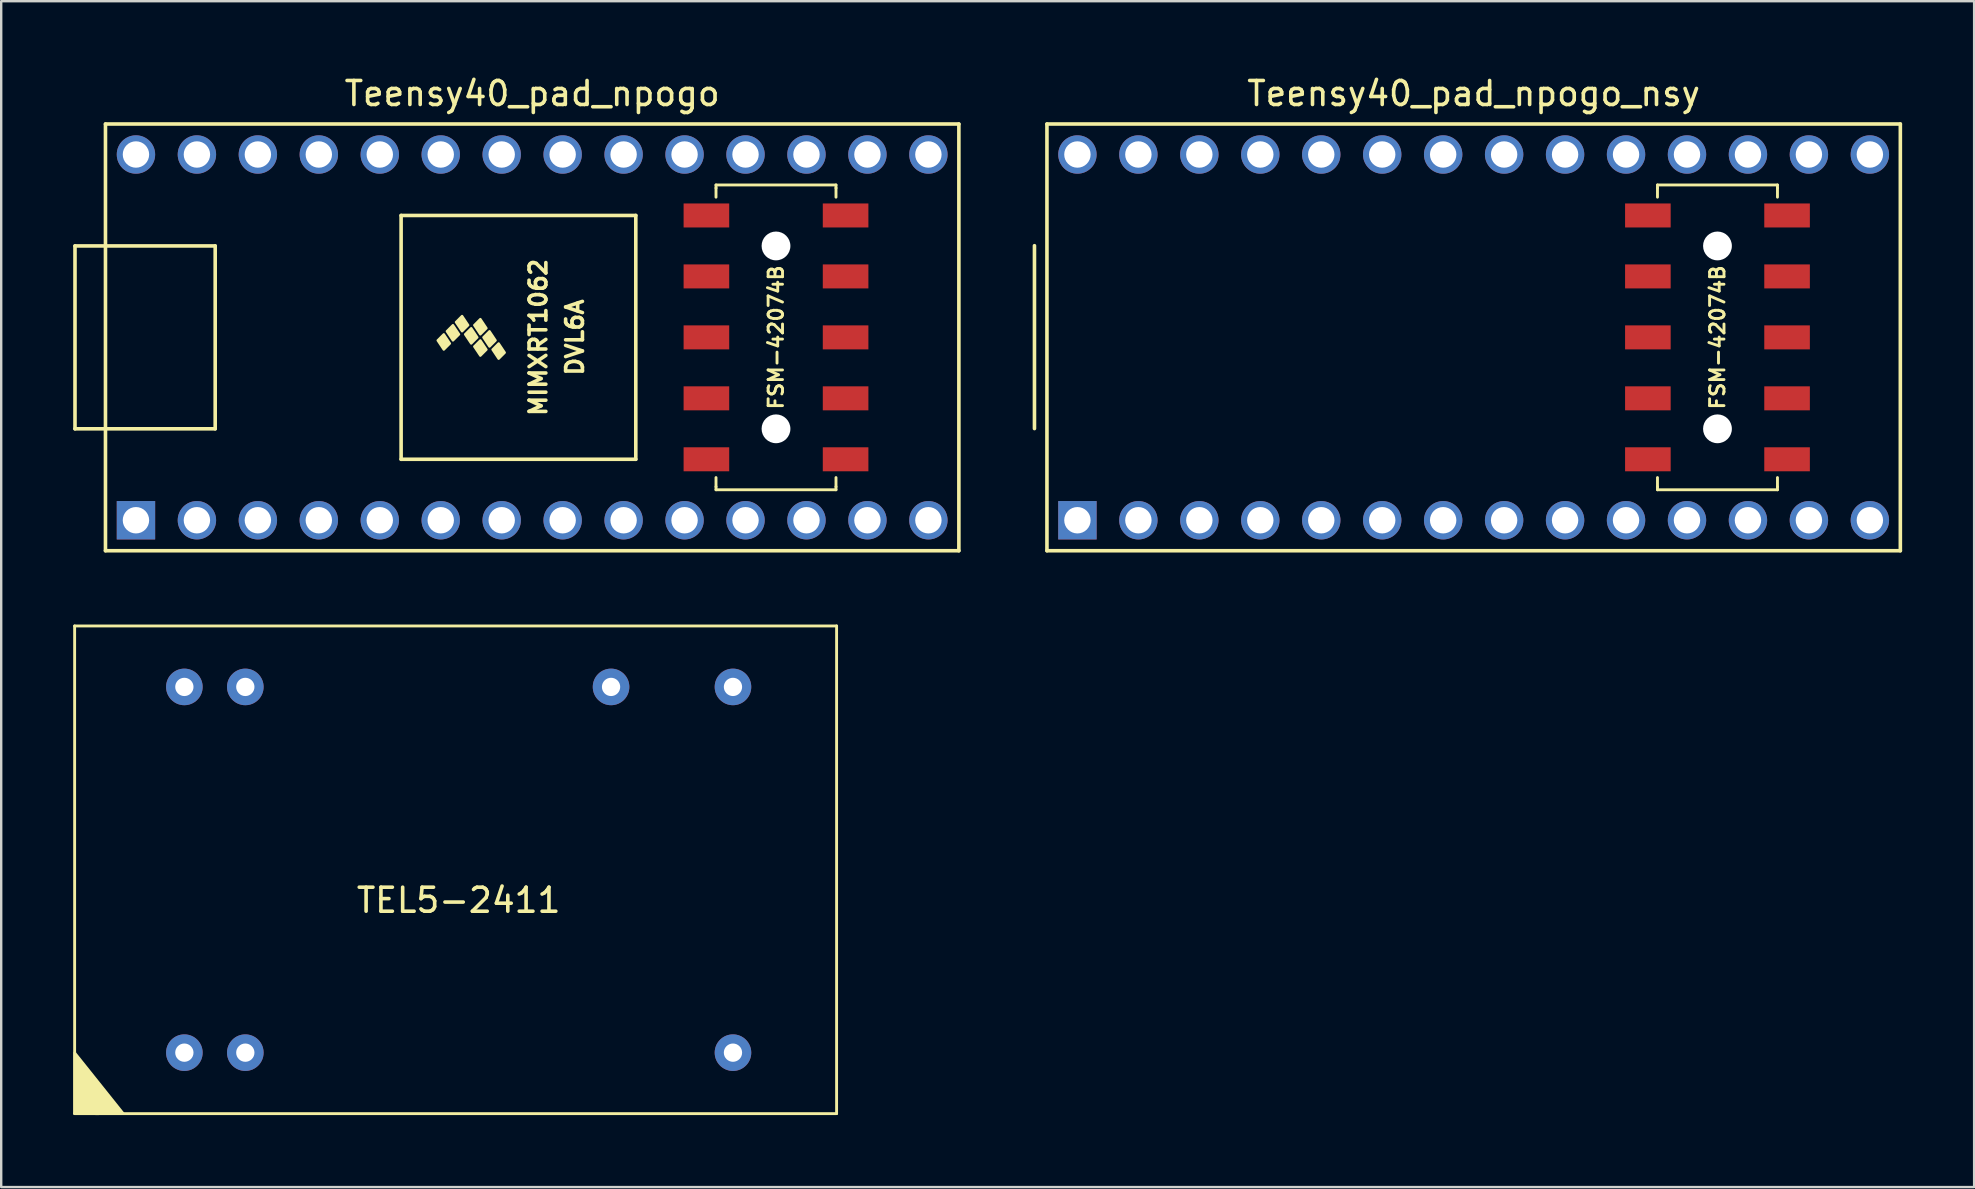
<source format=kicad_pcb>
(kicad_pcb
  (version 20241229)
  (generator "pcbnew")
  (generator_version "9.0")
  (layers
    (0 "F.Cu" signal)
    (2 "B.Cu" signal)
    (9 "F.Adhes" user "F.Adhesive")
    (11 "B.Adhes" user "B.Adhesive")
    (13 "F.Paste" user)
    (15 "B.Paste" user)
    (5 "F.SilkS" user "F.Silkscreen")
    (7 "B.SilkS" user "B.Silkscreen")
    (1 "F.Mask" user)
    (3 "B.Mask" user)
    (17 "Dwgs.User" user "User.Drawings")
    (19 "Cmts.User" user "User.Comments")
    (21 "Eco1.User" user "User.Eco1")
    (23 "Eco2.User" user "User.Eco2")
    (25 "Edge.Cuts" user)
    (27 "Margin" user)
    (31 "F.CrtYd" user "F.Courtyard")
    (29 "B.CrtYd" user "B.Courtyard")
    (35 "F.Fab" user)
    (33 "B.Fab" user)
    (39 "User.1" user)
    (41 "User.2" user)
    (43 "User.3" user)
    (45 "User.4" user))
  (footprint "TEL5-2411"
    (layer "F.Cu")
    (at 16.062 33.193)
    (property "Reference" "TEL5-2411" (at 0 1.27 0) (layer "F.SilkS") (effects (font (size 1 1) (thickness 0.15))))
    (attr through_hole)
    (fp_line (start -16.002 10.16) (end -16.002 -10.16) (stroke (width 0.12) (type solid)) (layer "F.SilkS"))
    (fp_line (start -16.002 10.16) (end 15.748 10.16) (stroke (width 0.12) (type solid)) (layer "F.SilkS"))
    (fp_line (start 15.748 -10.16) (end -16.002 -10.16) (stroke (width 0.12) (type solid)) (layer "F.SilkS"))
    (fp_line (start 15.748 10.16) (end 15.748 -10.16) (stroke (width 0.12) (type solid)) (layer "F.SilkS"))
    (fp_poly (pts (xy -13.97 10.16) (xy -15.07 10.17) (xy -16 10.16) (xy -16 7.62)) (stroke (width 0.1) (type solid)) (fill yes) (layer "F.SilkS"))
    (pad "2" thru_hole circle (at -11.43 7.62) (size 1.524 1.524) (drill 0.762) (layers "*.Cu" "*.Mask"))
    (pad "3" thru_hole circle (at -8.89 7.62) (size 1.524 1.524) (drill 0.762) (layers "*.Cu" "*.Mask"))
    (pad "11" thru_hole circle (at 11.43 7.62) (size 1.524 1.524) (drill 0.762) (layers "*.Cu" "*.Mask"))
    (pad "14" thru_hole circle (at 11.43 -7.62) (size 1.524 1.524) (drill 0.762) (layers "*.Cu" "*.Mask"))
    (pad "16" thru_hole circle (at 6.35 -7.62) (size 1.524 1.524) (drill 0.762) (layers "*.Cu" "*.Mask"))
    (pad "22" thru_hole circle (at -8.89 -7.62) (size 1.524 1.524) (drill 0.762) (layers "*.Cu" "*.Mask"))
    (pad "23" thru_hole circle (at -11.43 -7.62) (size 1.524 1.524) (drill 0.762) (layers "*.Cu" "*.Mask")))
  (footprint "Teensy40_pad_npogo"
    (layer "F.Cu")
    (at 19.125 11.008)
    (property "Reference" "Teensy40_pad_npogo" (at 0 -10.16 0) (layer "F.SilkS") (effects (font (size 1 1) (thickness 0.15))))
    (attr through_hole)
    (fp_line (start -19.05 -3.81) (end -17.78 -3.81) (stroke (width 0.15) (type solid)) (layer "F.SilkS"))
    (fp_line (start -19.05 3.81) (end -19.05 -3.81) (stroke (width 0.15) (type solid)) (layer "F.SilkS"))
    (fp_line (start -17.78 -8.89) (end 17.78 -8.89) (stroke (width 0.15) (type solid)) (layer "F.SilkS"))
    (fp_line (start -17.78 3.81) (end -19.05 3.81) (stroke (width 0.15) (type solid)) (layer "F.SilkS"))
    (fp_line (start -17.78 8.89) (end -17.78 -8.89) (stroke (width 0.15) (type solid)) (layer "F.SilkS"))
    (fp_line (start -13.208 -3.81) (end -17.78 -3.81) (stroke (width 0.15) (type solid)) (layer "F.SilkS"))
    (fp_line (start -13.208 3.81) (end -17.78 3.81) (stroke (width 0.15) (type solid)) (layer "F.SilkS"))
    (fp_line (start -13.208 3.81) (end -13.208 -3.81) (stroke (width 0.15) (type solid)) (layer "F.SilkS"))
    (fp_line (start -5.461 -5.08) (end -5.461 5.08) (stroke (width 0.15) (type solid)) (layer "F.SilkS"))
    (fp_line (start 4.318 -5.08) (end -5.461 -5.08) (stroke (width 0.15) (type solid)) (layer "F.SilkS"))
    (fp_line (start 4.318 5.08) (end -5.461 5.08) (stroke (width 0.15) (type solid)) (layer "F.SilkS"))
    (fp_line (start 4.318 5.08) (end 4.318 -5.08) (stroke (width 0.15) (type solid)) (layer "F.SilkS"))
    (fp_line (start 7.66 -6.35) (end 12.66 -6.35) (stroke (width 0.12) (type solid)) (layer "F.SilkS"))
    (fp_line (start 7.66 -6.223) (end 7.66 -6.35) (stroke (width 0.12) (type solid)) (layer "F.SilkS"))
    (fp_line (start 7.66 -6.223) (end 7.66 -5.842) (stroke (width 0.12) (type solid)) (layer "F.SilkS"))
    (fp_line (start 7.66 5.842) (end 7.66 6.223) (stroke (width 0.12) (type solid)) (layer "F.SilkS"))
    (fp_line (start 7.66 6.35) (end 7.66 6.223) (stroke (width 0.12) (type solid)) (layer "F.SilkS"))
    (fp_line (start 12.66 -6.35) (end 12.66 -6.223) (stroke (width 0.12) (type solid)) (layer "F.SilkS"))
    (fp_line (start 12.66 -5.842) (end 12.66 -6.223) (stroke (width 0.12) (type solid)) (layer "F.SilkS"))
    (fp_line (start 12.66 6.223) (end 12.66 5.842) (stroke (width 0.12) (type solid)) (layer "F.SilkS"))
    (fp_line (start 12.66 6.223) (end 12.66 6.35) (stroke (width 0.12) (type solid)) (layer "F.SilkS"))
    (fp_line (start 12.66 6.35) (end 7.66 6.35) (stroke (width 0.12) (type solid)) (layer "F.SilkS"))
    (fp_line (start 17.78 -8.89) (end 17.78 8.89) (stroke (width 0.15) (type solid)) (layer "F.SilkS"))
    (fp_line (start 17.78 8.89) (end -17.78 8.89) (stroke (width 0.15) (type solid)) (layer "F.SilkS"))
    (fp_poly (pts (xy -3.937 0.127) (xy -3.683 -0.127) (xy -3.429 0.254) (xy -3.683 0.508)) (stroke (width 0.1) (type solid)) (fill yes) (layer "F.SilkS"))
    (fp_poly (pts (xy -3.556 -0.254) (xy -3.302 -0.508) (xy -3.048 -0.127) (xy -3.302 0.127)) (stroke (width 0.1) (type solid)) (fill yes) (layer "F.SilkS"))
    (fp_poly (pts (xy -3.175 -0.635) (xy -2.921 -0.889) (xy -2.667 -0.508) (xy -2.921 -0.254)) (stroke (width 0.1) (type solid)) (fill yes) (layer "F.SilkS"))
    (fp_poly (pts (xy -2.794 -0.127) (xy -2.54 -0.381) (xy -2.286 0) (xy -2.54 0.254)) (stroke (width 0.1) (type solid)) (fill yes) (layer "F.SilkS"))
    (fp_poly (pts (xy -2.413 -0.508) (xy -2.159 -0.762) (xy -1.905 -0.381) (xy -2.159 -0.127)) (stroke (width 0.1) (type solid)) (fill yes) (layer "F.SilkS"))
    (fp_poly (pts (xy -2.413 0.381) (xy -2.159 0.127) (xy -1.905 0.508) (xy -2.159 0.762)) (stroke (width 0.1) (type solid)) (fill yes) (layer "F.SilkS"))
    (fp_poly (pts (xy -2.032 0) (xy -1.778 -0.254) (xy -1.524 0.127) (xy -1.778 0.381)) (stroke (width 0.1) (type solid)) (fill yes) (layer "F.SilkS"))
    (fp_poly (pts (xy -1.651 0.508) (xy -1.397 0.254) (xy -1.143 0.635) (xy -1.397 0.889)) (stroke (width 0.1) (type solid)) (fill yes) (layer "F.SilkS"))
    (fp_text user "DVL6A" (at 1.778 0 90) (layer "F.SilkS") (effects (font (size 0.7 0.7) (thickness 0.15))))
    (fp_text user "MIMXRT1062" (at 0.254 0 90) (layer "F.SilkS") (effects (font (size 0.7 0.7) (thickness 0.15))))
    (fp_text user "FSM-42074B" (at 10.16 0 90) (layer "F.SilkS") (effects (font (size 0.6 0.6) (thickness 0.12))))
    (pad "" np_thru_hole circle (at 10.16 -3.81) (size 1.2 1.2) (drill 1.2) (layers "*.Cu" "*.Mask"))
    (pad "" np_thru_hole circle (at 10.16 3.81) (size 1.2 1.2) (drill 1.2) (layers "*.Cu" "*.Mask"))
    (pad "1" thru_hole rect (at -16.51 7.62) (size 1.6 1.6) (drill 1.1) (layers "*.Cu" "*.Mask"))
    (pad "2" thru_hole circle (at -13.97 7.62) (size 1.6 1.6) (drill 1.1) (layers "*.Cu" "*.Mask"))
    (pad "3" thru_hole circle (at -11.43 7.62) (size 1.6 1.6) (drill 1.1) (layers "*.Cu" "*.Mask"))
    (pad "4" thru_hole circle (at -8.89 7.62) (size 1.6 1.6) (drill 1.1) (layers "*.Cu" "*.Mask"))
    (pad "5" thru_hole circle (at -6.35 7.62) (size 1.6 1.6) (drill 1.1) (layers "*.Cu" "*.Mask"))
    (pad "6" thru_hole circle (at -3.81 7.62) (size 1.6 1.6) (drill 1.1) (layers "*.Cu" "*.Mask"))
    (pad "7" thru_hole circle (at -1.27 7.62) (size 1.6 1.6) (drill 1.1) (layers "*.Cu" "*.Mask"))
    (pad "8" thru_hole circle (at 1.27 7.62) (size 1.6 1.6) (drill 1.1) (layers "*.Cu" "*.Mask"))
    (pad "9" thru_hole circle (at 3.81 7.62) (size 1.6 1.6) (drill 1.1) (layers "*.Cu" "*.Mask"))
    (pad "10" thru_hole circle (at 6.35 7.62) (size 1.6 1.6) (drill 1.1) (layers "*.Cu" "*.Mask"))
    (pad "11" thru_hole circle (at 8.89 7.62) (size 1.6 1.6) (drill 1.1) (layers "*.Cu" "*.Mask"))
    (pad "12" thru_hole circle (at 11.43 7.62) (size 1.6 1.6) (drill 1.1) (layers "*.Cu" "*.Mask"))
    (pad "13" thru_hole circle (at 13.97 7.62) (size 1.6 1.6) (drill 1.1) (layers "*.Cu" "*.Mask"))
    (pad "14" thru_hole circle (at 16.51 7.62) (size 1.6 1.6) (drill 1.1) (layers "*.Cu" "*.Mask"))
    (pad "20" thru_hole circle (at 16.51 -7.62) (size 1.6 1.6) (drill 1.1) (layers "*.Cu" "*.Mask"))
    (pad "21" thru_hole circle (at 13.97 -7.62) (size 1.6 1.6) (drill 1.1) (layers "*.Cu" "*.Mask"))
    (pad "22" thru_hole circle (at 11.43 -7.62) (size 1.6 1.6) (drill 1.1) (layers "*.Cu" "*.Mask"))
    (pad "23" thru_hole circle (at 8.89 -7.62) (size 1.6 1.6) (drill 1.1) (layers "*.Cu" "*.Mask"))
    (pad "24" thru_hole circle (at 6.35 -7.62) (size 1.6 1.6) (drill 1.1) (layers "*.Cu" "*.Mask"))
    (pad "25" thru_hole circle (at 3.81 -7.62) (size 1.6 1.6) (drill 1.1) (layers "*.Cu" "*.Mask"))
    (pad "26" thru_hole circle (at 1.27 -7.62) (size 1.6 1.6) (drill 1.1) (layers "*.Cu" "*.Mask"))
    (pad "27" thru_hole circle (at -1.27 -7.62) (size 1.6 1.6) (drill 1.1) (layers "*.Cu" "*.Mask"))
    (pad "28" thru_hole circle (at -3.81 -7.62) (size 1.6 1.6) (drill 1.1) (layers "*.Cu" "*.Mask"))
    (pad "29" thru_hole circle (at -6.35 -7.62) (size 1.6 1.6) (drill 1.1) (layers "*.Cu" "*.Mask"))
    (pad "30" thru_hole circle (at -8.89 -7.62) (size 1.6 1.6) (drill 1.1) (layers "*.Cu" "*.Mask"))
    (pad "31" thru_hole circle (at -11.43 -7.62) (size 1.6 1.6) (drill 1.1) (layers "*.Cu" "*.Mask"))
    (pad "32" thru_hole circle (at -13.97 -7.62) (size 1.6 1.6) (drill 1.1) (layers "*.Cu" "*.Mask"))
    (pad "33" thru_hole circle (at -16.51 -7.62) (size 1.6 1.6) (drill 1.1) (layers "*.Cu" "*.Mask"))
    (pad "35" smd rect (at 13.06 -5.08) (size 1.9 1) (layers "F.Cu" "F.Mask" "F.Paste"))
    (pad "36" smd rect (at 7.26 -5.08) (size 1.9 1) (layers "F.Cu" "F.Mask" "F.Paste"))
    (pad "37" smd rect (at 13.06 -2.54) (size 1.9 1) (layers "F.Cu" "F.Mask" "F.Paste"))
    (pad "38" smd rect (at 7.26 -2.54) (size 1.9 1) (layers "F.Cu" "F.Mask" "F.Paste"))
    (pad "39" smd rect (at 13.06 0) (size 1.9 1) (layers "F.Cu" "F.Mask" "F.Paste"))
    (pad "40" smd rect (at 7.26 0) (size 1.9 1) (layers "F.Cu" "F.Mask" "F.Paste"))
    (pad "41" smd rect (at 13.06 2.54) (size 1.9 1) (layers "F.Cu" "F.Mask" "F.Paste"))
    (pad "42" smd rect (at 7.26 2.54) (size 1.9 1) (layers "F.Cu" "F.Mask" "F.Paste"))
    (pad "43" smd rect (at 13.06 5.08) (size 1.9 1) (layers "F.Cu" "F.Mask" "F.Paste"))
    (pad "44" smd rect (at 7.26 5.08) (size 1.9 1) (layers "F.Cu" "F.Mask" "F.Paste")))
  (footprint "Teensy40_pad_npogo_nsy"
    (layer "F.Cu")
    (at 58.355 11.008)
    (property "Reference" "Teensy40_pad_npogo_nsy" (at 0 -10.16 0) (layer "F.SilkS") (effects (font (size 1 1) (thickness 0.15))))
    (attr through_hole)
    (fp_line (start -18.3 3.8) (end -18.3 -3.82) (stroke (width 0.15) (type solid)) (layer "F.SilkS"))
    (fp_line (start -17.78 -8.89) (end 17.78 -8.89) (stroke (width 0.15) (type solid)) (layer "F.SilkS"))
    (fp_line (start -17.78 8.89) (end -17.78 -8.89) (stroke (width 0.15) (type solid)) (layer "F.SilkS"))
    (fp_line (start 7.66 -6.35) (end 12.66 -6.35) (stroke (width 0.12) (type solid)) (layer "F.SilkS"))
    (fp_line (start 7.66 -6.223) (end 7.66 -6.35) (stroke (width 0.12) (type solid)) (layer "F.SilkS"))
    (fp_line (start 7.66 -6.223) (end 7.66 -5.842) (stroke (width 0.12) (type solid)) (layer "F.SilkS"))
    (fp_line (start 7.66 5.842) (end 7.66 6.223) (stroke (width 0.12) (type solid)) (layer "F.SilkS"))
    (fp_line (start 7.66 6.35) (end 7.66 6.223) (stroke (width 0.12) (type solid)) (layer "F.SilkS"))
    (fp_line (start 12.66 -6.35) (end 12.66 -6.223) (stroke (width 0.12) (type solid)) (layer "F.SilkS"))
    (fp_line (start 12.66 -5.842) (end 12.66 -6.223) (stroke (width 0.12) (type solid)) (layer "F.SilkS"))
    (fp_line (start 12.66 6.223) (end 12.66 5.842) (stroke (width 0.12) (type solid)) (layer "F.SilkS"))
    (fp_line (start 12.66 6.223) (end 12.66 6.35) (stroke (width 0.12) (type solid)) (layer "F.SilkS"))
    (fp_line (start 12.66 6.35) (end 7.66 6.35) (stroke (width 0.12) (type solid)) (layer "F.SilkS"))
    (fp_line (start 17.78 -8.89) (end 17.78 8.89) (stroke (width 0.15) (type solid)) (layer "F.SilkS"))
    (fp_line (start 17.78 8.89) (end -17.78 8.89) (stroke (width 0.15) (type solid)) (layer "F.SilkS"))
    (fp_text user "FSM-42074B" (at 10.16 0 90) (layer "F.SilkS") (effects (font (size 0.6 0.6) (thickness 0.12))))
    (pad "" np_thru_hole circle (at 10.16 -3.81) (size 1.2 1.2) (drill 1.2) (layers "*.Cu" "*.Mask"))
    (pad "" np_thru_hole circle (at 10.16 3.81) (size 1.2 1.2) (drill 1.2) (layers "*.Cu" "*.Mask"))
    (pad "1" thru_hole rect (at -16.51 7.62) (size 1.6 1.6) (drill 1.1) (layers "*.Cu" "*.Mask"))
    (pad "2" thru_hole circle (at -13.97 7.62) (size 1.6 1.6) (drill 1.1) (layers "*.Cu" "*.Mask"))
    (pad "3" thru_hole circle (at -11.43 7.62) (size 1.6 1.6) (drill 1.1) (layers "*.Cu" "*.Mask"))
    (pad "4" thru_hole circle (at -8.89 7.62) (size 1.6 1.6) (drill 1.1) (layers "*.Cu" "*.Mask"))
    (pad "5" thru_hole circle (at -6.35 7.62) (size 1.6 1.6) (drill 1.1) (layers "*.Cu" "*.Mask"))
    (pad "6" thru_hole circle (at -3.81 7.62) (size 1.6 1.6) (drill 1.1) (layers "*.Cu" "*.Mask"))
    (pad "7" thru_hole circle (at -1.27 7.62) (size 1.6 1.6) (drill 1.1) (layers "*.Cu" "*.Mask"))
    (pad "8" thru_hole circle (at 1.27 7.62) (size 1.6 1.6) (drill 1.1) (layers "*.Cu" "*.Mask"))
    (pad "9" thru_hole circle (at 3.81 7.62) (size 1.6 1.6) (drill 1.1) (layers "*.Cu" "*.Mask"))
    (pad "10" thru_hole circle (at 6.35 7.62) (size 1.6 1.6) (drill 1.1) (layers "*.Cu" "*.Mask"))
    (pad "11" thru_hole circle (at 8.89 7.62) (size 1.6 1.6) (drill 1.1) (layers "*.Cu" "*.Mask"))
    (pad "12" thru_hole circle (at 11.43 7.62) (size 1.6 1.6) (drill 1.1) (layers "*.Cu" "*.Mask"))
    (pad "13" thru_hole circle (at 13.97 7.62) (size 1.6 1.6) (drill 1.1) (layers "*.Cu" "*.Mask"))
    (pad "14" thru_hole circle (at 16.51 7.62) (size 1.6 1.6) (drill 1.1) (layers "*.Cu" "*.Mask"))
    (pad "20" thru_hole circle (at 16.51 -7.62) (size 1.6 1.6) (drill 1.1) (layers "*.Cu" "*.Mask"))
    (pad "21" thru_hole circle (at 13.97 -7.62) (size 1.6 1.6) (drill 1.1) (layers "*.Cu" "*.Mask"))
    (pad "22" thru_hole circle (at 11.43 -7.62) (size 1.6 1.6) (drill 1.1) (layers "*.Cu" "*.Mask"))
    (pad "23" thru_hole circle (at 8.89 -7.62) (size 1.6 1.6) (drill 1.1) (layers "*.Cu" "*.Mask"))
    (pad "24" thru_hole circle (at 6.35 -7.62) (size 1.6 1.6) (drill 1.1) (layers "*.Cu" "*.Mask"))
    (pad "25" thru_hole circle (at 3.81 -7.62) (size 1.6 1.6) (drill 1.1) (layers "*.Cu" "*.Mask"))
    (pad "26" thru_hole circle (at 1.27 -7.62) (size 1.6 1.6) (drill 1.1) (layers "*.Cu" "*.Mask"))
    (pad "27" thru_hole circle (at -1.27 -7.62) (size 1.6 1.6) (drill 1.1) (layers "*.Cu" "*.Mask"))
    (pad "28" thru_hole circle (at -3.81 -7.62) (size 1.6 1.6) (drill 1.1) (layers "*.Cu" "*.Mask"))
    (pad "29" thru_hole circle (at -6.35 -7.62) (size 1.6 1.6) (drill 1.1) (layers "*.Cu" "*.Mask"))
    (pad "30" thru_hole circle (at -8.89 -7.62) (size 1.6 1.6) (drill 1.1) (layers "*.Cu" "*.Mask"))
    (pad "31" thru_hole circle (at -11.43 -7.62) (size 1.6 1.6) (drill 1.1) (layers "*.Cu" "*.Mask"))
    (pad "32" thru_hole circle (at -13.97 -7.62) (size 1.6 1.6) (drill 1.1) (layers "*.Cu" "*.Mask"))
    (pad "33" thru_hole circle (at -16.51 -7.62) (size 1.6 1.6) (drill 1.1) (layers "*.Cu" "*.Mask"))
    (pad "35" smd rect (at 13.06 -5.08) (size 1.9 1) (layers "F.Cu" "F.Mask" "F.Paste"))
    (pad "36" smd rect (at 7.26 -5.08) (size 1.9 1) (layers "F.Cu" "F.Mask" "F.Paste"))
    (pad "37" smd rect (at 13.06 -2.54) (size 1.9 1) (layers "F.Cu" "F.Mask" "F.Paste"))
    (pad "38" smd rect (at 7.26 -2.54) (size 1.9 1) (layers "F.Cu" "F.Mask" "F.Paste"))
    (pad "39" smd rect (at 13.06 0) (size 1.9 1) (layers "F.Cu" "F.Mask" "F.Paste"))
    (pad "40" smd rect (at 7.26 0) (size 1.9 1) (layers "F.Cu" "F.Mask" "F.Paste"))
    (pad "41" smd rect (at 13.06 2.54) (size 1.9 1) (layers "F.Cu" "F.Mask" "F.Paste"))
    (pad "42" smd rect (at 7.26 2.54) (size 1.9 1) (layers "F.Cu" "F.Mask" "F.Paste"))
    (pad "43" smd rect (at 13.06 5.08) (size 1.9 1) (layers "F.Cu" "F.Mask" "F.Paste"))
    (pad "44" smd rect (at 7.26 5.08) (size 1.9 1) (layers "F.Cu" "F.Mask" "F.Paste")))
  (gr_rect
    (start -3 -3)
    (end 79.21 46.413)
    (stroke (width 0.1) (type default))
    (fill no)
    (layer "Edge.Cuts")))
</source>
